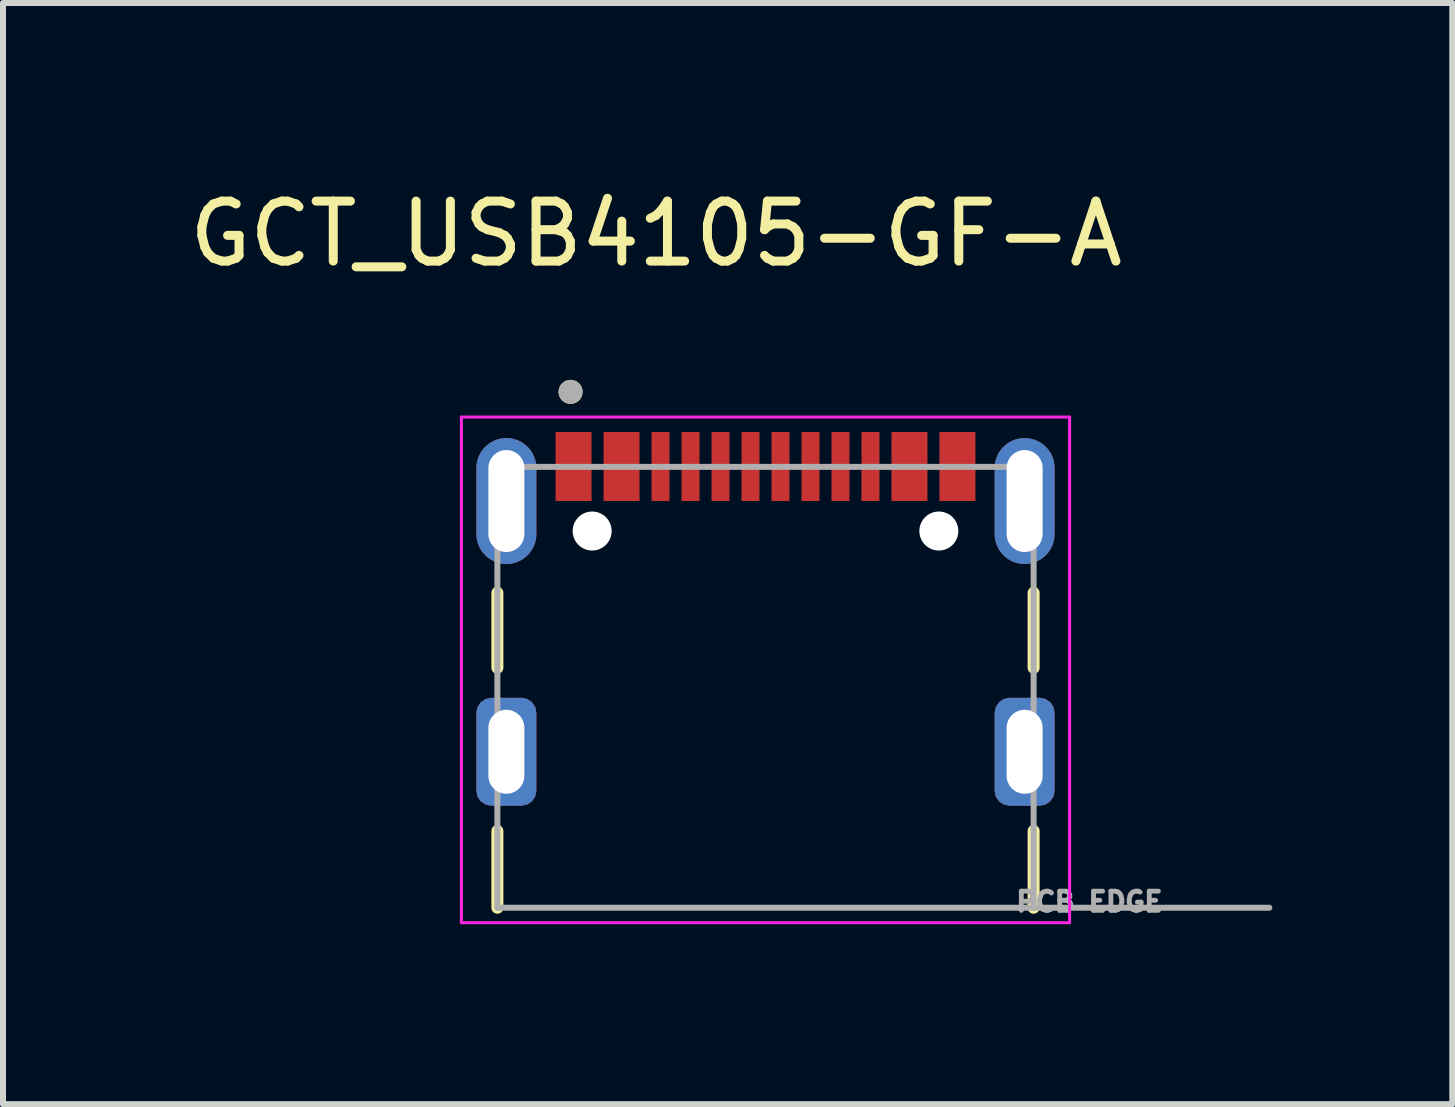
<source format=kicad_pcb>
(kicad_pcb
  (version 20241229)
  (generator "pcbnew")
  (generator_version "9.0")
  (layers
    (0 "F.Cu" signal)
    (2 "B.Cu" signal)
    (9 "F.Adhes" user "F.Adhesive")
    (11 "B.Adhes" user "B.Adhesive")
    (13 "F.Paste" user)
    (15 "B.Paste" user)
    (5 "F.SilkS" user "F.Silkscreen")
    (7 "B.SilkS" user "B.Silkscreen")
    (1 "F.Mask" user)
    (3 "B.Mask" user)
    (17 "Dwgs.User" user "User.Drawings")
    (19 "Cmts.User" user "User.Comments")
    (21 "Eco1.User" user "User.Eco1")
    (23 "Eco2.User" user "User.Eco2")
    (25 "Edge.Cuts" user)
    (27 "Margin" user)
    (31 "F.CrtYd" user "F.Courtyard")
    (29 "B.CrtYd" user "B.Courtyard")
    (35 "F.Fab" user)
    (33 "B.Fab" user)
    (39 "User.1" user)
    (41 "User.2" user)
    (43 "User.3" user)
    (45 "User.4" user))
  (footprint "GCT_USB4105-GF-A"
    (layer "F.Cu")
    (at 9.712 9.483)
    (property "Reference" "GCT_USB4105-GF-A" (at -1.825 -8.635 0) (layer "F.SilkS") (effects (font (size 1 1) (thickness 0.15))))
    (attr smd)
    (fp_line (start -4.47 -2.65) (end -4.47 -1.4) (stroke (width 0.2) (type solid)) (layer "F.SilkS"))
    (fp_line (start -4.47 1.32) (end -4.47 2.6) (stroke (width 0.2) (type solid)) (layer "F.SilkS"))
    (fp_line (start 4.47 -2.65) (end 4.47 -1.4) (stroke (width 0.2) (type solid)) (layer "F.SilkS"))
    (fp_line (start 4.47 2.6) (end 4.47 1.32) (stroke (width 0.2) (type solid)) (layer "F.SilkS"))
    (fp_circle (center -3.25 -6) (end -3.15 -6) (stroke (width 0.2) (type solid)) (fill no) (layer "F.SilkS"))
    (fp_line (start -5.07 -5.58) (end -5.07 2.85) (stroke (width 0.05) (type solid)) (layer "F.CrtYd"))
    (fp_line (start -5.07 2.85) (end 5.07 2.85) (stroke (width 0.05) (type solid)) (layer "F.CrtYd"))
    (fp_line (start 5.07 -5.58) (end -5.07 -5.58) (stroke (width 0.05) (type solid)) (layer "F.CrtYd"))
    (fp_line (start 5.07 2.85) (end 5.07 -5.58) (stroke (width 0.05) (type solid)) (layer "F.CrtYd"))
    (fp_line (start -4.47 -4.75) (end 4.47 -4.75) (stroke (width 0.1) (type solid)) (layer "F.Fab"))
    (fp_line (start -4.47 2.6) (end -4.47 -4.75) (stroke (width 0.1) (type solid)) (layer "F.Fab"))
    (fp_line (start 4.47 -4.75) (end 4.47 2.6) (stroke (width 0.1) (type solid)) (layer "F.Fab"))
    (fp_line (start 4.47 2.6) (end -4.47 2.6) (stroke (width 0.1) (type solid)) (layer "F.Fab"))
    (fp_line (start 4.47 2.6) (end 8.4 2.6) (stroke (width 0.1) (type solid)) (layer "F.Fab"))
    (fp_circle (center -3.25 -6) (end -3.15 -6) (stroke (width 0.2) (type solid)) (fill no) (layer "F.Fab"))
    (fp_text user "PCB EDGE" (at 5.4 2.5 0) (layer "F.Fab") (effects (font (size 0.32 0.32) (thickness 0.15))))
    (pad "" np_thru_hole circle (at -2.89 -3.68) (size 0.65 0.65) (drill 0.65) (layers "*.Cu" "*.Mask"))
    (pad "" np_thru_hole circle (at 2.89 -3.68) (size 0.65 0.65) (drill 0.65) (layers "*.Cu" "*.Mask"))
    (pad "A1_B12" smd rect (at -3.2 -4.755) (size 0.6 1.15) (layers "F.Cu" "F.Mask" "F.Paste"))
    (pad "A4_B9" smd rect (at -2.4 -4.755) (size 0.6 1.15) (layers "F.Cu" "F.Mask" "F.Paste"))
    (pad "A5" smd rect (at -1.25 -4.755) (size 0.3 1.15) (layers "F.Cu" "F.Mask" "F.Paste"))
    (pad "A6" smd rect (at -0.25 -4.755) (size 0.3 1.15) (layers "F.Cu" "F.Mask" "F.Paste"))
    (pad "A7" smd rect (at 0.25 -4.755) (size 0.3 1.15) (layers "F.Cu" "F.Mask" "F.Paste"))
    (pad "A8" smd rect (at 1.25 -4.755) (size 0.3 1.15) (layers "F.Cu" "F.Mask" "F.Paste"))
    (pad "B1_A12" smd rect (at 3.2 -4.755) (size 0.6 1.15) (layers "F.Cu" "F.Mask" "F.Paste"))
    (pad "B4_A9" smd rect (at 2.4 -4.755) (size 0.6 1.15) (layers "F.Cu" "F.Mask" "F.Paste"))
    (pad "B5" smd rect (at 1.75 -4.755) (size 0.3 1.15) (layers "F.Cu" "F.Mask" "F.Paste"))
    (pad "B6" smd rect (at 0.75 -4.755) (size 0.3 1.15) (layers "F.Cu" "F.Mask" "F.Paste"))
    (pad "B7" smd rect (at -0.75 -4.755) (size 0.3 1.15) (layers "F.Cu" "F.Mask" "F.Paste"))
    (pad "B8" smd rect (at -1.75 -4.755) (size 0.3 1.15) (layers "F.Cu" "F.Mask" "F.Paste"))
    (pad "SH1" thru_hole oval (at -4.32 -4.18) (size 1 2.1) (drill oval 0.6 1.7) (layers "*.Cu" "*.Mask"))
    (pad "SH2" thru_hole oval (at 4.32 -4.18) (size 1 2.1) (drill oval 0.6 1.7) (layers "*.Cu" "*.Mask"))
    (pad "SH3" thru_hole roundrect (at -4.32 0) (size 1 1.8) (drill oval 0.6 1.4) (layers "*.Cu" "*.Mask") (roundrect_rratio 0.25))
    (pad "SH4" thru_hole roundrect (at 4.32 0) (size 1 1.8) (drill oval 0.6 1.4) (layers "*.Cu" "*.Mask") (roundrect_rratio 0.25)))
  (gr_rect
    (start -3 -3)
    (end 21.162 15.358)
    (stroke (width 0.1) (type default))
    (fill no)
    (layer "Edge.Cuts")))
</source>
